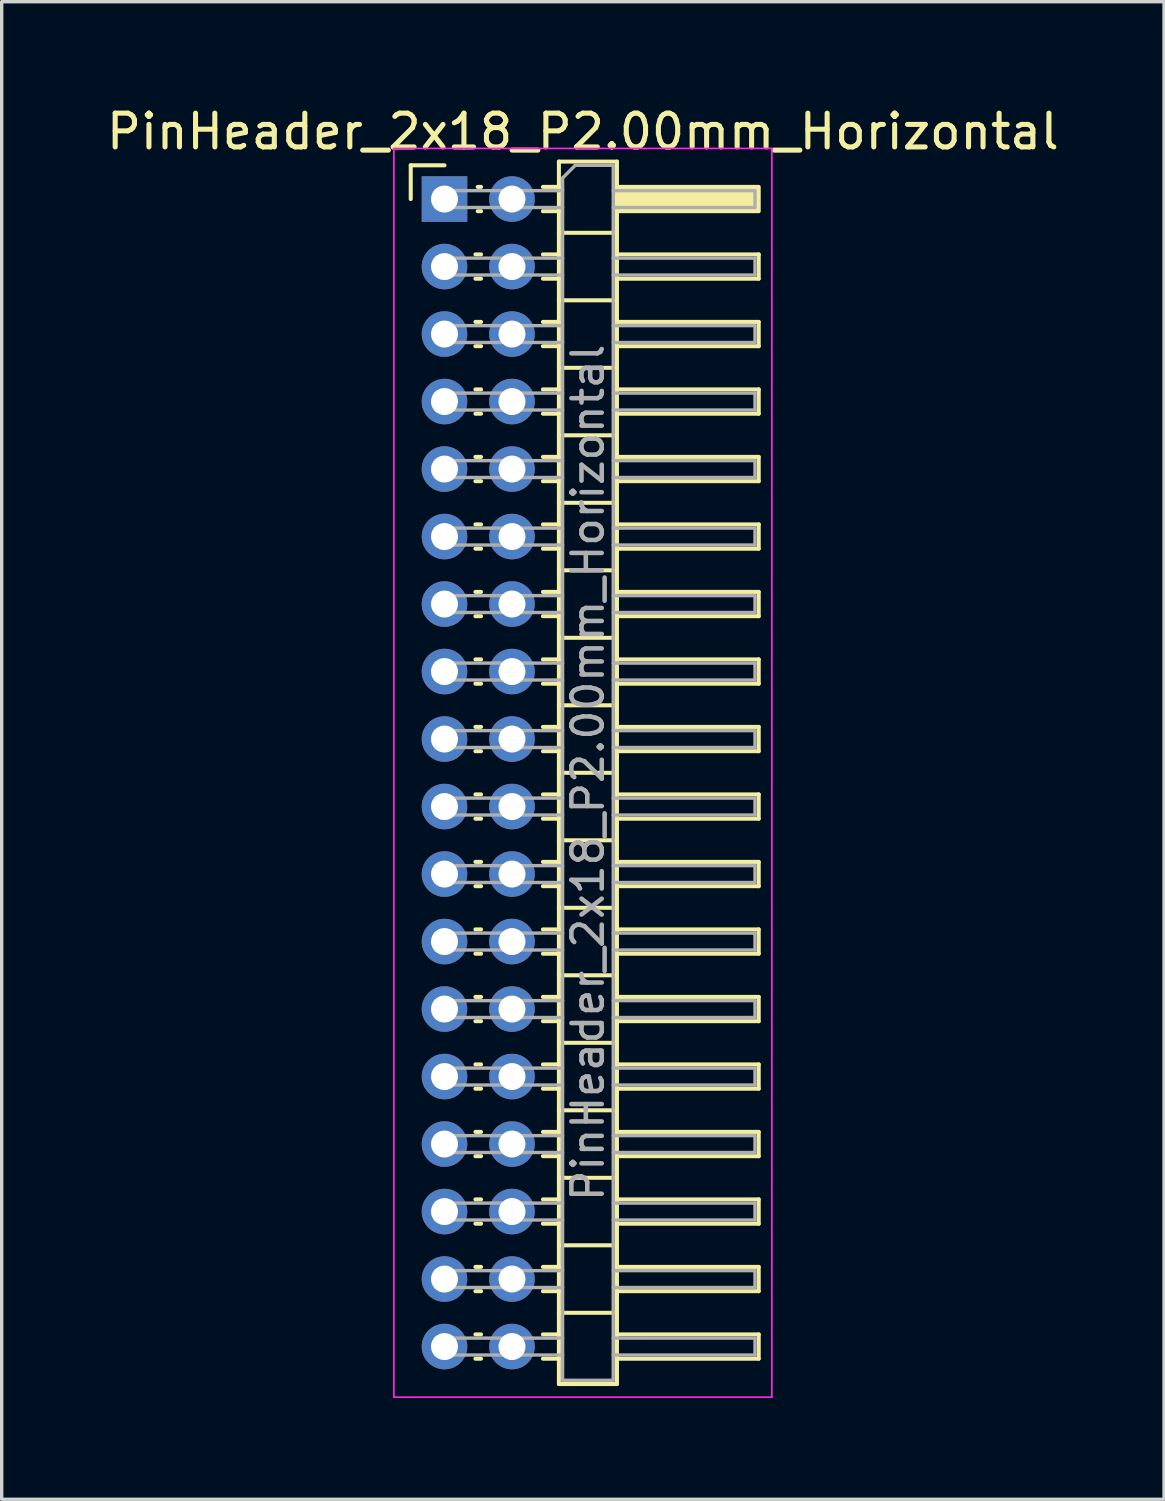
<source format=kicad_pcb>
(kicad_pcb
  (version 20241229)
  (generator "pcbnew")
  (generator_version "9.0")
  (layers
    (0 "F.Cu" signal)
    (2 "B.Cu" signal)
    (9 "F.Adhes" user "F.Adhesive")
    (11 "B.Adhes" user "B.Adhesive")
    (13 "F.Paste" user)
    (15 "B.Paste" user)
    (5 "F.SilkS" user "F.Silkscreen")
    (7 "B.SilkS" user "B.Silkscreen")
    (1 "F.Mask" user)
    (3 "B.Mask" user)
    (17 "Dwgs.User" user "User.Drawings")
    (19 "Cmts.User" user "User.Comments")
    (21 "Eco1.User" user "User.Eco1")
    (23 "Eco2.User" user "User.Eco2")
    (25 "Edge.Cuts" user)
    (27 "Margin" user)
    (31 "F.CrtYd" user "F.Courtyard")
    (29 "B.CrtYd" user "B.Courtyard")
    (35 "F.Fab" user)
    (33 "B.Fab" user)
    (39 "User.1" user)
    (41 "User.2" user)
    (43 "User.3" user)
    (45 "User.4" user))
  (footprint "PinHeader_2x18_P2.00mm_Horizontal"
    (layer "F.Cu")
    (at 10.12 2.848)
    (property "Reference" "PinHeader_2x18_P2.00mm_Horizontal" (at 4.1 -2 0) (layer "F.SilkS") (effects (font (size 1 1) (thickness 0.15))))
    (attr through_hole)
    (fp_line (start -1 -1) (end 0 -1) (stroke (width 0.12) (type solid)) (layer "F.SilkS"))
    (fp_line (start -1 0) (end -1 -1) (stroke (width 0.12) (type solid)) (layer "F.SilkS"))
    (fp_line (start 0.917 1.64) (end 1.083 1.64) (stroke (width 0.12) (type solid)) (layer "F.SilkS"))
    (fp_line (start 0.917 2.36) (end 1.083 2.36) (stroke (width 0.12) (type solid)) (layer "F.SilkS"))
    (fp_line (start 0.917 3.64) (end 1.083 3.64) (stroke (width 0.12) (type solid)) (layer "F.SilkS"))
    (fp_line (start 0.917 4.36) (end 1.083 4.36) (stroke (width 0.12) (type solid)) (layer "F.SilkS"))
    (fp_line (start 0.917 5.64) (end 1.083 5.64) (stroke (width 0.12) (type solid)) (layer "F.SilkS"))
    (fp_line (start 0.917 6.36) (end 1.083 6.36) (stroke (width 0.12) (type solid)) (layer "F.SilkS"))
    (fp_line (start 0.917 7.64) (end 1.083 7.64) (stroke (width 0.12) (type solid)) (layer "F.SilkS"))
    (fp_line (start 0.917 8.36) (end 1.083 8.36) (stroke (width 0.12) (type solid)) (layer "F.SilkS"))
    (fp_line (start 0.917 9.64) (end 1.083 9.64) (stroke (width 0.12) (type solid)) (layer "F.SilkS"))
    (fp_line (start 0.917 10.36) (end 1.083 10.36) (stroke (width 0.12) (type solid)) (layer "F.SilkS"))
    (fp_line (start 0.917 11.64) (end 1.083 11.64) (stroke (width 0.12) (type solid)) (layer "F.SilkS"))
    (fp_line (start 0.917 12.36) (end 1.083 12.36) (stroke (width 0.12) (type solid)) (layer "F.SilkS"))
    (fp_line (start 0.917 13.64) (end 1.083 13.64) (stroke (width 0.12) (type solid)) (layer "F.SilkS"))
    (fp_line (start 0.917 14.36) (end 1.083 14.36) (stroke (width 0.12) (type solid)) (layer "F.SilkS"))
    (fp_line (start 0.917 15.64) (end 1.083 15.64) (stroke (width 0.12) (type solid)) (layer "F.SilkS"))
    (fp_line (start 0.917 16.36) (end 1.083 16.36) (stroke (width 0.12) (type solid)) (layer "F.SilkS"))
    (fp_line (start 0.917 17.64) (end 1.083 17.64) (stroke (width 0.12) (type solid)) (layer "F.SilkS"))
    (fp_line (start 0.917 18.36) (end 1.083 18.36) (stroke (width 0.12) (type solid)) (layer "F.SilkS"))
    (fp_line (start 0.917 19.64) (end 1.083 19.64) (stroke (width 0.12) (type solid)) (layer "F.SilkS"))
    (fp_line (start 0.917 20.36) (end 1.083 20.36) (stroke (width 0.12) (type solid)) (layer "F.SilkS"))
    (fp_line (start 0.917 21.64) (end 1.083 21.64) (stroke (width 0.12) (type solid)) (layer "F.SilkS"))
    (fp_line (start 0.917 22.36) (end 1.083 22.36) (stroke (width 0.12) (type solid)) (layer "F.SilkS"))
    (fp_line (start 0.917 23.64) (end 1.083 23.64) (stroke (width 0.12) (type solid)) (layer "F.SilkS"))
    (fp_line (start 0.917 24.36) (end 1.083 24.36) (stroke (width 0.12) (type solid)) (layer "F.SilkS"))
    (fp_line (start 0.917 25.64) (end 1.083 25.64) (stroke (width 0.12) (type solid)) (layer "F.SilkS"))
    (fp_line (start 0.917 26.36) (end 1.083 26.36) (stroke (width 0.12) (type solid)) (layer "F.SilkS"))
    (fp_line (start 0.917 27.64) (end 1.083 27.64) (stroke (width 0.12) (type solid)) (layer "F.SilkS"))
    (fp_line (start 0.917 28.36) (end 1.083 28.36) (stroke (width 0.12) (type solid)) (layer "F.SilkS"))
    (fp_line (start 0.917 29.64) (end 1.083 29.64) (stroke (width 0.12) (type solid)) (layer "F.SilkS"))
    (fp_line (start 0.917 30.36) (end 1.083 30.36) (stroke (width 0.12) (type solid)) (layer "F.SilkS"))
    (fp_line (start 0.917 31.64) (end 1.083 31.64) (stroke (width 0.12) (type solid)) (layer "F.SilkS"))
    (fp_line (start 0.917 32.36) (end 1.083 32.36) (stroke (width 0.12) (type solid)) (layer "F.SilkS"))
    (fp_line (start 0.917 33.64) (end 1.083 33.64) (stroke (width 0.12) (type solid)) (layer "F.SilkS"))
    (fp_line (start 0.917 34.36) (end 1.083 34.36) (stroke (width 0.12) (type solid)) (layer "F.SilkS"))
    (fp_line (start 0.985 -0.36) (end 1.083 -0.36) (stroke (width 0.12) (type solid)) (layer "F.SilkS"))
    (fp_line (start 0.985 0.36) (end 1.083 0.36) (stroke (width 0.12) (type solid)) (layer "F.SilkS"))
    (fp_line (start 2.917 -0.36) (end 3.39 -0.36) (stroke (width 0.12) (type solid)) (layer "F.SilkS"))
    (fp_line (start 2.917 0.36) (end 3.39 0.36) (stroke (width 0.12) (type solid)) (layer "F.SilkS"))
    (fp_line (start 2.917 1.64) (end 3.39 1.64) (stroke (width 0.12) (type solid)) (layer "F.SilkS"))
    (fp_line (start 2.917 2.36) (end 3.39 2.36) (stroke (width 0.12) (type solid)) (layer "F.SilkS"))
    (fp_line (start 2.917 3.64) (end 3.39 3.64) (stroke (width 0.12) (type solid)) (layer "F.SilkS"))
    (fp_line (start 2.917 4.36) (end 3.39 4.36) (stroke (width 0.12) (type solid)) (layer "F.SilkS"))
    (fp_line (start 2.917 5.64) (end 3.39 5.64) (stroke (width 0.12) (type solid)) (layer "F.SilkS"))
    (fp_line (start 2.917 6.36) (end 3.39 6.36) (stroke (width 0.12) (type solid)) (layer "F.SilkS"))
    (fp_line (start 2.917 7.64) (end 3.39 7.64) (stroke (width 0.12) (type solid)) (layer "F.SilkS"))
    (fp_line (start 2.917 8.36) (end 3.39 8.36) (stroke (width 0.12) (type solid)) (layer "F.SilkS"))
    (fp_line (start 2.917 9.64) (end 3.39 9.64) (stroke (width 0.12) (type solid)) (layer "F.SilkS"))
    (fp_line (start 2.917 10.36) (end 3.39 10.36) (stroke (width 0.12) (type solid)) (layer "F.SilkS"))
    (fp_line (start 2.917 11.64) (end 3.39 11.64) (stroke (width 0.12) (type solid)) (layer "F.SilkS"))
    (fp_line (start 2.917 12.36) (end 3.39 12.36) (stroke (width 0.12) (type solid)) (layer "F.SilkS"))
    (fp_line (start 2.917 13.64) (end 3.39 13.64) (stroke (width 0.12) (type solid)) (layer "F.SilkS"))
    (fp_line (start 2.917 14.36) (end 3.39 14.36) (stroke (width 0.12) (type solid)) (layer "F.SilkS"))
    (fp_line (start 2.917 15.64) (end 3.39 15.64) (stroke (width 0.12) (type solid)) (layer "F.SilkS"))
    (fp_line (start 2.917 16.36) (end 3.39 16.36) (stroke (width 0.12) (type solid)) (layer "F.SilkS"))
    (fp_line (start 2.917 17.64) (end 3.39 17.64) (stroke (width 0.12) (type solid)) (layer "F.SilkS"))
    (fp_line (start 2.917 18.36) (end 3.39 18.36) (stroke (width 0.12) (type solid)) (layer "F.SilkS"))
    (fp_line (start 2.917 19.64) (end 3.39 19.64) (stroke (width 0.12) (type solid)) (layer "F.SilkS"))
    (fp_line (start 2.917 20.36) (end 3.39 20.36) (stroke (width 0.12) (type solid)) (layer "F.SilkS"))
    (fp_line (start 2.917 21.64) (end 3.39 21.64) (stroke (width 0.12) (type solid)) (layer "F.SilkS"))
    (fp_line (start 2.917 22.36) (end 3.39 22.36) (stroke (width 0.12) (type solid)) (layer "F.SilkS"))
    (fp_line (start 2.917 23.64) (end 3.39 23.64) (stroke (width 0.12) (type solid)) (layer "F.SilkS"))
    (fp_line (start 2.917 24.36) (end 3.39 24.36) (stroke (width 0.12) (type solid)) (layer "F.SilkS"))
    (fp_line (start 2.917 25.64) (end 3.39 25.64) (stroke (width 0.12) (type solid)) (layer "F.SilkS"))
    (fp_line (start 2.917 26.36) (end 3.39 26.36) (stroke (width 0.12) (type solid)) (layer "F.SilkS"))
    (fp_line (start 2.917 27.64) (end 3.39 27.64) (stroke (width 0.12) (type solid)) (layer "F.SilkS"))
    (fp_line (start 2.917 28.36) (end 3.39 28.36) (stroke (width 0.12) (type solid)) (layer "F.SilkS"))
    (fp_line (start 2.917 29.64) (end 3.39 29.64) (stroke (width 0.12) (type solid)) (layer "F.SilkS"))
    (fp_line (start 2.917 30.36) (end 3.39 30.36) (stroke (width 0.12) (type solid)) (layer "F.SilkS"))
    (fp_line (start 2.917 31.64) (end 3.39 31.64) (stroke (width 0.12) (type solid)) (layer "F.SilkS"))
    (fp_line (start 2.917 32.36) (end 3.39 32.36) (stroke (width 0.12) (type solid)) (layer "F.SilkS"))
    (fp_line (start 2.917 33.64) (end 3.39 33.64) (stroke (width 0.12) (type solid)) (layer "F.SilkS"))
    (fp_line (start 2.917 34.36) (end 3.39 34.36) (stroke (width 0.12) (type solid)) (layer "F.SilkS"))
    (fp_line (start 3.39 -1.11) (end 3.39 35.11) (stroke (width 0.12) (type solid)) (layer "F.SilkS"))
    (fp_line (start 3.39 1) (end 5.11 1) (stroke (width 0.12) (type solid)) (layer "F.SilkS"))
    (fp_line (start 3.39 3) (end 5.11 3) (stroke (width 0.12) (type solid)) (layer "F.SilkS"))
    (fp_line (start 3.39 5) (end 5.11 5) (stroke (width 0.12) (type solid)) (layer "F.SilkS"))
    (fp_line (start 3.39 7) (end 5.11 7) (stroke (width 0.12) (type solid)) (layer "F.SilkS"))
    (fp_line (start 3.39 9) (end 5.11 9) (stroke (width 0.12) (type solid)) (layer "F.SilkS"))
    (fp_line (start 3.39 11) (end 5.11 11) (stroke (width 0.12) (type solid)) (layer "F.SilkS"))
    (fp_line (start 3.39 13) (end 5.11 13) (stroke (width 0.12) (type solid)) (layer "F.SilkS"))
    (fp_line (start 3.39 15) (end 5.11 15) (stroke (width 0.12) (type solid)) (layer "F.SilkS"))
    (fp_line (start 3.39 17) (end 5.11 17) (stroke (width 0.12) (type solid)) (layer "F.SilkS"))
    (fp_line (start 3.39 19) (end 5.11 19) (stroke (width 0.12) (type solid)) (layer "F.SilkS"))
    (fp_line (start 3.39 21) (end 5.11 21) (stroke (width 0.12) (type solid)) (layer "F.SilkS"))
    (fp_line (start 3.39 23) (end 5.11 23) (stroke (width 0.12) (type solid)) (layer "F.SilkS"))
    (fp_line (start 3.39 25) (end 5.11 25) (stroke (width 0.12) (type solid)) (layer "F.SilkS"))
    (fp_line (start 3.39 27) (end 5.11 27) (stroke (width 0.12) (type solid)) (layer "F.SilkS"))
    (fp_line (start 3.39 29) (end 5.11 29) (stroke (width 0.12) (type solid)) (layer "F.SilkS"))
    (fp_line (start 3.39 31) (end 5.11 31) (stroke (width 0.12) (type solid)) (layer "F.SilkS"))
    (fp_line (start 3.39 33) (end 5.11 33) (stroke (width 0.12) (type solid)) (layer "F.SilkS"))
    (fp_line (start 3.39 35.11) (end 5.11 35.11) (stroke (width 0.12) (type solid)) (layer "F.SilkS"))
    (fp_line (start 5.11 -1.11) (end 3.39 -1.11) (stroke (width 0.12) (type solid)) (layer "F.SilkS"))
    (fp_line (start 5.11 1.64) (end 9.31 1.64) (stroke (width 0.12) (type solid)) (layer "F.SilkS"))
    (fp_line (start 5.11 3.64) (end 9.31 3.64) (stroke (width 0.12) (type solid)) (layer "F.SilkS"))
    (fp_line (start 5.11 5.64) (end 9.31 5.64) (stroke (width 0.12) (type solid)) (layer "F.SilkS"))
    (fp_line (start 5.11 7.64) (end 9.31 7.64) (stroke (width 0.12) (type solid)) (layer "F.SilkS"))
    (fp_line (start 5.11 9.64) (end 9.31 9.64) (stroke (width 0.12) (type solid)) (layer "F.SilkS"))
    (fp_line (start 5.11 11.64) (end 9.31 11.64) (stroke (width 0.12) (type solid)) (layer "F.SilkS"))
    (fp_line (start 5.11 13.64) (end 9.31 13.64) (stroke (width 0.12) (type solid)) (layer "F.SilkS"))
    (fp_line (start 5.11 15.64) (end 9.31 15.64) (stroke (width 0.12) (type solid)) (layer "F.SilkS"))
    (fp_line (start 5.11 17.64) (end 9.31 17.64) (stroke (width 0.12) (type solid)) (layer "F.SilkS"))
    (fp_line (start 5.11 19.64) (end 9.31 19.64) (stroke (width 0.12) (type solid)) (layer "F.SilkS"))
    (fp_line (start 5.11 21.64) (end 9.31 21.64) (stroke (width 0.12) (type solid)) (layer "F.SilkS"))
    (fp_line (start 5.11 23.64) (end 9.31 23.64) (stroke (width 0.12) (type solid)) (layer "F.SilkS"))
    (fp_line (start 5.11 25.64) (end 9.31 25.64) (stroke (width 0.12) (type solid)) (layer "F.SilkS"))
    (fp_line (start 5.11 27.64) (end 9.31 27.64) (stroke (width 0.12) (type solid)) (layer "F.SilkS"))
    (fp_line (start 5.11 29.64) (end 9.31 29.64) (stroke (width 0.12) (type solid)) (layer "F.SilkS"))
    (fp_line (start 5.11 31.64) (end 9.31 31.64) (stroke (width 0.12) (type solid)) (layer "F.SilkS"))
    (fp_line (start 5.11 33.64) (end 9.31 33.64) (stroke (width 0.12) (type solid)) (layer "F.SilkS"))
    (fp_line (start 5.11 35.11) (end 5.11 -1.11) (stroke (width 0.12) (type solid)) (layer "F.SilkS"))
    (fp_line (start 9.31 1.64) (end 9.31 2.36) (stroke (width 0.12) (type solid)) (layer "F.SilkS"))
    (fp_line (start 9.31 2.36) (end 5.11 2.36) (stroke (width 0.12) (type solid)) (layer "F.SilkS"))
    (fp_line (start 9.31 3.64) (end 9.31 4.36) (stroke (width 0.12) (type solid)) (layer "F.SilkS"))
    (fp_line (start 9.31 4.36) (end 5.11 4.36) (stroke (width 0.12) (type solid)) (layer "F.SilkS"))
    (fp_line (start 9.31 5.64) (end 9.31 6.36) (stroke (width 0.12) (type solid)) (layer "F.SilkS"))
    (fp_line (start 9.31 6.36) (end 5.11 6.36) (stroke (width 0.12) (type solid)) (layer "F.SilkS"))
    (fp_line (start 9.31 7.64) (end 9.31 8.36) (stroke (width 0.12) (type solid)) (layer "F.SilkS"))
    (fp_line (start 9.31 8.36) (end 5.11 8.36) (stroke (width 0.12) (type solid)) (layer "F.SilkS"))
    (fp_line (start 9.31 9.64) (end 9.31 10.36) (stroke (width 0.12) (type solid)) (layer "F.SilkS"))
    (fp_line (start 9.31 10.36) (end 5.11 10.36) (stroke (width 0.12) (type solid)) (layer "F.SilkS"))
    (fp_line (start 9.31 11.64) (end 9.31 12.36) (stroke (width 0.12) (type solid)) (layer "F.SilkS"))
    (fp_line (start 9.31 12.36) (end 5.11 12.36) (stroke (width 0.12) (type solid)) (layer "F.SilkS"))
    (fp_line (start 9.31 13.64) (end 9.31 14.36) (stroke (width 0.12) (type solid)) (layer "F.SilkS"))
    (fp_line (start 9.31 14.36) (end 5.11 14.36) (stroke (width 0.12) (type solid)) (layer "F.SilkS"))
    (fp_line (start 9.31 15.64) (end 9.31 16.36) (stroke (width 0.12) (type solid)) (layer "F.SilkS"))
    (fp_line (start 9.31 16.36) (end 5.11 16.36) (stroke (width 0.12) (type solid)) (layer "F.SilkS"))
    (fp_line (start 9.31 17.64) (end 9.31 18.36) (stroke (width 0.12) (type solid)) (layer "F.SilkS"))
    (fp_line (start 9.31 18.36) (end 5.11 18.36) (stroke (width 0.12) (type solid)) (layer "F.SilkS"))
    (fp_line (start 9.31 19.64) (end 9.31 20.36) (stroke (width 0.12) (type solid)) (layer "F.SilkS"))
    (fp_line (start 9.31 20.36) (end 5.11 20.36) (stroke (width 0.12) (type solid)) (layer "F.SilkS"))
    (fp_line (start 9.31 21.64) (end 9.31 22.36) (stroke (width 0.12) (type solid)) (layer "F.SilkS"))
    (fp_line (start 9.31 22.36) (end 5.11 22.36) (stroke (width 0.12) (type solid)) (layer "F.SilkS"))
    (fp_line (start 9.31 23.64) (end 9.31 24.36) (stroke (width 0.12) (type solid)) (layer "F.SilkS"))
    (fp_line (start 9.31 24.36) (end 5.11 24.36) (stroke (width 0.12) (type solid)) (layer "F.SilkS"))
    (fp_line (start 9.31 25.64) (end 9.31 26.36) (stroke (width 0.12) (type solid)) (layer "F.SilkS"))
    (fp_line (start 9.31 26.36) (end 5.11 26.36) (stroke (width 0.12) (type solid)) (layer "F.SilkS"))
    (fp_line (start 9.31 27.64) (end 9.31 28.36) (stroke (width 0.12) (type solid)) (layer "F.SilkS"))
    (fp_line (start 9.31 28.36) (end 5.11 28.36) (stroke (width 0.12) (type solid)) (layer "F.SilkS"))
    (fp_line (start 9.31 29.64) (end 9.31 30.36) (stroke (width 0.12) (type solid)) (layer "F.SilkS"))
    (fp_line (start 9.31 30.36) (end 5.11 30.36) (stroke (width 0.12) (type solid)) (layer "F.SilkS"))
    (fp_line (start 9.31 31.64) (end 9.31 32.36) (stroke (width 0.12) (type solid)) (layer "F.SilkS"))
    (fp_line (start 9.31 32.36) (end 5.11 32.36) (stroke (width 0.12) (type solid)) (layer "F.SilkS"))
    (fp_line (start 9.31 33.64) (end 9.31 34.36) (stroke (width 0.12) (type solid)) (layer "F.SilkS"))
    (fp_line (start 9.31 34.36) (end 5.11 34.36) (stroke (width 0.12) (type solid)) (layer "F.SilkS"))
    (fp_rect (start 5.11 -0.36) (end 9.31 0.36) (stroke (width 0.12) (type solid)) (fill yes) (layer "F.SilkS"))
    (fp_line (start -1.5 -1.5) (end -1.5 35.5) (stroke (width 0.05) (type solid)) (layer "F.CrtYd"))
    (fp_line (start -1.5 35.5) (end 9.7 35.5) (stroke (width 0.05) (type solid)) (layer "F.CrtYd"))
    (fp_line (start 9.7 -1.5) (end -1.5 -1.5) (stroke (width 0.05) (type solid)) (layer "F.CrtYd"))
    (fp_line (start 9.7 35.5) (end 9.7 -1.5) (stroke (width 0.05) (type solid)) (layer "F.CrtYd"))
    (fp_line (start -0.25 -0.25) (end -0.25 0.25) (stroke (width 0.1) (type solid)) (layer "F.Fab"))
    (fp_line (start -0.25 -0.25) (end 3.5 -0.25) (stroke (width 0.1) (type solid)) (layer "F.Fab"))
    (fp_line (start -0.25 0.25) (end 3.5 0.25) (stroke (width 0.1) (type solid)) (layer "F.Fab"))
    (fp_line (start -0.25 1.75) (end -0.25 2.25) (stroke (width 0.1) (type solid)) (layer "F.Fab"))
    (fp_line (start -0.25 1.75) (end 3.5 1.75) (stroke (width 0.1) (type solid)) (layer "F.Fab"))
    (fp_line (start -0.25 2.25) (end 3.5 2.25) (stroke (width 0.1) (type solid)) (layer "F.Fab"))
    (fp_line (start -0.25 3.75) (end -0.25 4.25) (stroke (width 0.1) (type solid)) (layer "F.Fab"))
    (fp_line (start -0.25 3.75) (end 3.5 3.75) (stroke (width 0.1) (type solid)) (layer "F.Fab"))
    (fp_line (start -0.25 4.25) (end 3.5 4.25) (stroke (width 0.1) (type solid)) (layer "F.Fab"))
    (fp_line (start -0.25 5.75) (end -0.25 6.25) (stroke (width 0.1) (type solid)) (layer "F.Fab"))
    (fp_line (start -0.25 5.75) (end 3.5 5.75) (stroke (width 0.1) (type solid)) (layer "F.Fab"))
    (fp_line (start -0.25 6.25) (end 3.5 6.25) (stroke (width 0.1) (type solid)) (layer "F.Fab"))
    (fp_line (start -0.25 7.75) (end -0.25 8.25) (stroke (width 0.1) (type solid)) (layer "F.Fab"))
    (fp_line (start -0.25 7.75) (end 3.5 7.75) (stroke (width 0.1) (type solid)) (layer "F.Fab"))
    (fp_line (start -0.25 8.25) (end 3.5 8.25) (stroke (width 0.1) (type solid)) (layer "F.Fab"))
    (fp_line (start -0.25 9.75) (end -0.25 10.25) (stroke (width 0.1) (type solid)) (layer "F.Fab"))
    (fp_line (start -0.25 9.75) (end 3.5 9.75) (stroke (width 0.1) (type solid)) (layer "F.Fab"))
    (fp_line (start -0.25 10.25) (end 3.5 10.25) (stroke (width 0.1) (type solid)) (layer "F.Fab"))
    (fp_line (start -0.25 11.75) (end -0.25 12.25) (stroke (width 0.1) (type solid)) (layer "F.Fab"))
    (fp_line (start -0.25 11.75) (end 3.5 11.75) (stroke (width 0.1) (type solid)) (layer "F.Fab"))
    (fp_line (start -0.25 12.25) (end 3.5 12.25) (stroke (width 0.1) (type solid)) (layer "F.Fab"))
    (fp_line (start -0.25 13.75) (end -0.25 14.25) (stroke (width 0.1) (type solid)) (layer "F.Fab"))
    (fp_line (start -0.25 13.75) (end 3.5 13.75) (stroke (width 0.1) (type solid)) (layer "F.Fab"))
    (fp_line (start -0.25 14.25) (end 3.5 14.25) (stroke (width 0.1) (type solid)) (layer "F.Fab"))
    (fp_line (start -0.25 15.75) (end -0.25 16.25) (stroke (width 0.1) (type solid)) (layer "F.Fab"))
    (fp_line (start -0.25 15.75) (end 3.5 15.75) (stroke (width 0.1) (type solid)) (layer "F.Fab"))
    (fp_line (start -0.25 16.25) (end 3.5 16.25) (stroke (width 0.1) (type solid)) (layer "F.Fab"))
    (fp_line (start -0.25 17.75) (end -0.25 18.25) (stroke (width 0.1) (type solid)) (layer "F.Fab"))
    (fp_line (start -0.25 17.75) (end 3.5 17.75) (stroke (width 0.1) (type solid)) (layer "F.Fab"))
    (fp_line (start -0.25 18.25) (end 3.5 18.25) (stroke (width 0.1) (type solid)) (layer "F.Fab"))
    (fp_line (start -0.25 19.75) (end -0.25 20.25) (stroke (width 0.1) (type solid)) (layer "F.Fab"))
    (fp_line (start -0.25 19.75) (end 3.5 19.75) (stroke (width 0.1) (type solid)) (layer "F.Fab"))
    (fp_line (start -0.25 20.25) (end 3.5 20.25) (stroke (width 0.1) (type solid)) (layer "F.Fab"))
    (fp_line (start -0.25 21.75) (end -0.25 22.25) (stroke (width 0.1) (type solid)) (layer "F.Fab"))
    (fp_line (start -0.25 21.75) (end 3.5 21.75) (stroke (width 0.1) (type solid)) (layer "F.Fab"))
    (fp_line (start -0.25 22.25) (end 3.5 22.25) (stroke (width 0.1) (type solid)) (layer "F.Fab"))
    (fp_line (start -0.25 23.75) (end -0.25 24.25) (stroke (width 0.1) (type solid)) (layer "F.Fab"))
    (fp_line (start -0.25 23.75) (end 3.5 23.75) (stroke (width 0.1) (type solid)) (layer "F.Fab"))
    (fp_line (start -0.25 24.25) (end 3.5 24.25) (stroke (width 0.1) (type solid)) (layer "F.Fab"))
    (fp_line (start -0.25 25.75) (end -0.25 26.25) (stroke (width 0.1) (type solid)) (layer "F.Fab"))
    (fp_line (start -0.25 25.75) (end 3.5 25.75) (stroke (width 0.1) (type solid)) (layer "F.Fab"))
    (fp_line (start -0.25 26.25) (end 3.5 26.25) (stroke (width 0.1) (type solid)) (layer "F.Fab"))
    (fp_line (start -0.25 27.75) (end -0.25 28.25) (stroke (width 0.1) (type solid)) (layer "F.Fab"))
    (fp_line (start -0.25 27.75) (end 3.5 27.75) (stroke (width 0.1) (type solid)) (layer "F.Fab"))
    (fp_line (start -0.25 28.25) (end 3.5 28.25) (stroke (width 0.1) (type solid)) (layer "F.Fab"))
    (fp_line (start -0.25 29.75) (end -0.25 30.25) (stroke (width 0.1) (type solid)) (layer "F.Fab"))
    (fp_line (start -0.25 29.75) (end 3.5 29.75) (stroke (width 0.1) (type solid)) (layer "F.Fab"))
    (fp_line (start -0.25 30.25) (end 3.5 30.25) (stroke (width 0.1) (type solid)) (layer "F.Fab"))
    (fp_line (start -0.25 31.75) (end -0.25 32.25) (stroke (width 0.1) (type solid)) (layer "F.Fab"))
    (fp_line (start -0.25 31.75) (end 3.5 31.75) (stroke (width 0.1) (type solid)) (layer "F.Fab"))
    (fp_line (start -0.25 32.25) (end 3.5 32.25) (stroke (width 0.1) (type solid)) (layer "F.Fab"))
    (fp_line (start -0.25 33.75) (end -0.25 34.25) (stroke (width 0.1) (type solid)) (layer "F.Fab"))
    (fp_line (start -0.25 33.75) (end 3.5 33.75) (stroke (width 0.1) (type solid)) (layer "F.Fab"))
    (fp_line (start -0.25 34.25) (end 3.5 34.25) (stroke (width 0.1) (type solid)) (layer "F.Fab"))
    (fp_line (start 3.5 -0.625) (end 3.875 -1) (stroke (width 0.1) (type solid)) (layer "F.Fab"))
    (fp_line (start 3.5 35) (end 3.5 -0.625) (stroke (width 0.1) (type solid)) (layer "F.Fab"))
    (fp_line (start 3.875 -1) (end 5 -1) (stroke (width 0.1) (type solid)) (layer "F.Fab"))
    (fp_line (start 5 -1) (end 5 35) (stroke (width 0.1) (type solid)) (layer "F.Fab"))
    (fp_line (start 5 -0.25) (end 9.2 -0.25) (stroke (width 0.1) (type solid)) (layer "F.Fab"))
    (fp_line (start 5 0.25) (end 9.2 0.25) (stroke (width 0.1) (type solid)) (layer "F.Fab"))
    (fp_line (start 5 1.75) (end 9.2 1.75) (stroke (width 0.1) (type solid)) (layer "F.Fab"))
    (fp_line (start 5 2.25) (end 9.2 2.25) (stroke (width 0.1) (type solid)) (layer "F.Fab"))
    (fp_line (start 5 3.75) (end 9.2 3.75) (stroke (width 0.1) (type solid)) (layer "F.Fab"))
    (fp_line (start 5 4.25) (end 9.2 4.25) (stroke (width 0.1) (type solid)) (layer "F.Fab"))
    (fp_line (start 5 5.75) (end 9.2 5.75) (stroke (width 0.1) (type solid)) (layer "F.Fab"))
    (fp_line (start 5 6.25) (end 9.2 6.25) (stroke (width 0.1) (type solid)) (layer "F.Fab"))
    (fp_line (start 5 7.75) (end 9.2 7.75) (stroke (width 0.1) (type solid)) (layer "F.Fab"))
    (fp_line (start 5 8.25) (end 9.2 8.25) (stroke (width 0.1) (type solid)) (layer "F.Fab"))
    (fp_line (start 5 9.75) (end 9.2 9.75) (stroke (width 0.1) (type solid)) (layer "F.Fab"))
    (fp_line (start 5 10.25) (end 9.2 10.25) (stroke (width 0.1) (type solid)) (layer "F.Fab"))
    (fp_line (start 5 11.75) (end 9.2 11.75) (stroke (width 0.1) (type solid)) (layer "F.Fab"))
    (fp_line (start 5 12.25) (end 9.2 12.25) (stroke (width 0.1) (type solid)) (layer "F.Fab"))
    (fp_line (start 5 13.75) (end 9.2 13.75) (stroke (width 0.1) (type solid)) (layer "F.Fab"))
    (fp_line (start 5 14.25) (end 9.2 14.25) (stroke (width 0.1) (type solid)) (layer "F.Fab"))
    (fp_line (start 5 15.75) (end 9.2 15.75) (stroke (width 0.1) (type solid)) (layer "F.Fab"))
    (fp_line (start 5 16.25) (end 9.2 16.25) (stroke (width 0.1) (type solid)) (layer "F.Fab"))
    (fp_line (start 5 17.75) (end 9.2 17.75) (stroke (width 0.1) (type solid)) (layer "F.Fab"))
    (fp_line (start 5 18.25) (end 9.2 18.25) (stroke (width 0.1) (type solid)) (layer "F.Fab"))
    (fp_line (start 5 19.75) (end 9.2 19.75) (stroke (width 0.1) (type solid)) (layer "F.Fab"))
    (fp_line (start 5 20.25) (end 9.2 20.25) (stroke (width 0.1) (type solid)) (layer "F.Fab"))
    (fp_line (start 5 21.75) (end 9.2 21.75) (stroke (width 0.1) (type solid)) (layer "F.Fab"))
    (fp_line (start 5 22.25) (end 9.2 22.25) (stroke (width 0.1) (type solid)) (layer "F.Fab"))
    (fp_line (start 5 23.75) (end 9.2 23.75) (stroke (width 0.1) (type solid)) (layer "F.Fab"))
    (fp_line (start 5 24.25) (end 9.2 24.25) (stroke (width 0.1) (type solid)) (layer "F.Fab"))
    (fp_line (start 5 25.75) (end 9.2 25.75) (stroke (width 0.1) (type solid)) (layer "F.Fab"))
    (fp_line (start 5 26.25) (end 9.2 26.25) (stroke (width 0.1) (type solid)) (layer "F.Fab"))
    (fp_line (start 5 27.75) (end 9.2 27.75) (stroke (width 0.1) (type solid)) (layer "F.Fab"))
    (fp_line (start 5 28.25) (end 9.2 28.25) (stroke (width 0.1) (type solid)) (layer "F.Fab"))
    (fp_line (start 5 29.75) (end 9.2 29.75) (stroke (width 0.1) (type solid)) (layer "F.Fab"))
    (fp_line (start 5 30.25) (end 9.2 30.25) (stroke (width 0.1) (type solid)) (layer "F.Fab"))
    (fp_line (start 5 31.75) (end 9.2 31.75) (stroke (width 0.1) (type solid)) (layer "F.Fab"))
    (fp_line (start 5 32.25) (end 9.2 32.25) (stroke (width 0.1) (type solid)) (layer "F.Fab"))
    (fp_line (start 5 33.75) (end 9.2 33.75) (stroke (width 0.1) (type solid)) (layer "F.Fab"))
    (fp_line (start 5 34.25) (end 9.2 34.25) (stroke (width 0.1) (type solid)) (layer "F.Fab"))
    (fp_line (start 5 35) (end 3.5 35) (stroke (width 0.1) (type solid)) (layer "F.Fab"))
    (fp_line (start 9.2 -0.25) (end 9.2 0.25) (stroke (width 0.1) (type solid)) (layer "F.Fab"))
    (fp_line (start 9.2 1.75) (end 9.2 2.25) (stroke (width 0.1) (type solid)) (layer "F.Fab"))
    (fp_line (start 9.2 3.75) (end 9.2 4.25) (stroke (width 0.1) (type solid)) (layer "F.Fab"))
    (fp_line (start 9.2 5.75) (end 9.2 6.25) (stroke (width 0.1) (type solid)) (layer "F.Fab"))
    (fp_line (start 9.2 7.75) (end 9.2 8.25) (stroke (width 0.1) (type solid)) (layer "F.Fab"))
    (fp_line (start 9.2 9.75) (end 9.2 10.25) (stroke (width 0.1) (type solid)) (layer "F.Fab"))
    (fp_line (start 9.2 11.75) (end 9.2 12.25) (stroke (width 0.1) (type solid)) (layer "F.Fab"))
    (fp_line (start 9.2 13.75) (end 9.2 14.25) (stroke (width 0.1) (type solid)) (layer "F.Fab"))
    (fp_line (start 9.2 15.75) (end 9.2 16.25) (stroke (width 0.1) (type solid)) (layer "F.Fab"))
    (fp_line (start 9.2 17.75) (end 9.2 18.25) (stroke (width 0.1) (type solid)) (layer "F.Fab"))
    (fp_line (start 9.2 19.75) (end 9.2 20.25) (stroke (width 0.1) (type solid)) (layer "F.Fab"))
    (fp_line (start 9.2 21.75) (end 9.2 22.25) (stroke (width 0.1) (type solid)) (layer "F.Fab"))
    (fp_line (start 9.2 23.75) (end 9.2 24.25) (stroke (width 0.1) (type solid)) (layer "F.Fab"))
    (fp_line (start 9.2 25.75) (end 9.2 26.25) (stroke (width 0.1) (type solid)) (layer "F.Fab"))
    (fp_line (start 9.2 27.75) (end 9.2 28.25) (stroke (width 0.1) (type solid)) (layer "F.Fab"))
    (fp_line (start 9.2 29.75) (end 9.2 30.25) (stroke (width 0.1) (type solid)) (layer "F.Fab"))
    (fp_line (start 9.2 31.75) (end 9.2 32.25) (stroke (width 0.1) (type solid)) (layer "F.Fab"))
    (fp_line (start 9.2 33.75) (end 9.2 34.25) (stroke (width 0.1) (type solid)) (layer "F.Fab"))
    (fp_text user "${REFERENCE}" (at 4.25 17 90) (layer "F.Fab") (effects (font (size 0.9 0.9) (thickness 0.135))))
    (pad "1" thru_hole rect (at 0 0) (size 1.35 1.35) (drill 0.8) (layers "*.Cu" "*.Mask"))
    (pad "2" thru_hole circle (at 2 0) (size 1.35 1.35) (drill 0.8) (layers "*.Cu" "*.Mask"))
    (pad "3" thru_hole circle (at 0 2) (size 1.35 1.35) (drill 0.8) (layers "*.Cu" "*.Mask"))
    (pad "4" thru_hole circle (at 2 2) (size 1.35 1.35) (drill 0.8) (layers "*.Cu" "*.Mask"))
    (pad "5" thru_hole circle (at 0 4) (size 1.35 1.35) (drill 0.8) (layers "*.Cu" "*.Mask"))
    (pad "6" thru_hole circle (at 2 4) (size 1.35 1.35) (drill 0.8) (layers "*.Cu" "*.Mask"))
    (pad "7" thru_hole circle (at 0 6) (size 1.35 1.35) (drill 0.8) (layers "*.Cu" "*.Mask"))
    (pad "8" thru_hole circle (at 2 6) (size 1.35 1.35) (drill 0.8) (layers "*.Cu" "*.Mask"))
    (pad "9" thru_hole circle (at 0 8) (size 1.35 1.35) (drill 0.8) (layers "*.Cu" "*.Mask"))
    (pad "10" thru_hole circle (at 2 8) (size 1.35 1.35) (drill 0.8) (layers "*.Cu" "*.Mask"))
    (pad "11" thru_hole circle (at 0 10) (size 1.35 1.35) (drill 0.8) (layers "*.Cu" "*.Mask"))
    (pad "12" thru_hole circle (at 2 10) (size 1.35 1.35) (drill 0.8) (layers "*.Cu" "*.Mask"))
    (pad "13" thru_hole circle (at 0 12) (size 1.35 1.35) (drill 0.8) (layers "*.Cu" "*.Mask"))
    (pad "14" thru_hole circle (at 2 12) (size 1.35 1.35) (drill 0.8) (layers "*.Cu" "*.Mask"))
    (pad "15" thru_hole circle (at 0 14) (size 1.35 1.35) (drill 0.8) (layers "*.Cu" "*.Mask"))
    (pad "16" thru_hole circle (at 2 14) (size 1.35 1.35) (drill 0.8) (layers "*.Cu" "*.Mask"))
    (pad "17" thru_hole circle (at 0 16) (size 1.35 1.35) (drill 0.8) (layers "*.Cu" "*.Mask"))
    (pad "18" thru_hole circle (at 2 16) (size 1.35 1.35) (drill 0.8) (layers "*.Cu" "*.Mask"))
    (pad "19" thru_hole circle (at 0 18) (size 1.35 1.35) (drill 0.8) (layers "*.Cu" "*.Mask"))
    (pad "20" thru_hole circle (at 2 18) (size 1.35 1.35) (drill 0.8) (layers "*.Cu" "*.Mask"))
    (pad "21" thru_hole circle (at 0 20) (size 1.35 1.35) (drill 0.8) (layers "*.Cu" "*.Mask"))
    (pad "22" thru_hole circle (at 2 20) (size 1.35 1.35) (drill 0.8) (layers "*.Cu" "*.Mask"))
    (pad "23" thru_hole circle (at 0 22) (size 1.35 1.35) (drill 0.8) (layers "*.Cu" "*.Mask"))
    (pad "24" thru_hole circle (at 2 22) (size 1.35 1.35) (drill 0.8) (layers "*.Cu" "*.Mask"))
    (pad "25" thru_hole circle (at 0 24) (size 1.35 1.35) (drill 0.8) (layers "*.Cu" "*.Mask"))
    (pad "26" thru_hole circle (at 2 24) (size 1.35 1.35) (drill 0.8) (layers "*.Cu" "*.Mask"))
    (pad "27" thru_hole circle (at 0 26) (size 1.35 1.35) (drill 0.8) (layers "*.Cu" "*.Mask"))
    (pad "28" thru_hole circle (at 2 26) (size 1.35 1.35) (drill 0.8) (layers "*.Cu" "*.Mask"))
    (pad "29" thru_hole circle (at 0 28) (size 1.35 1.35) (drill 0.8) (layers "*.Cu" "*.Mask"))
    (pad "30" thru_hole circle (at 2 28) (size 1.35 1.35) (drill 0.8) (layers "*.Cu" "*.Mask"))
    (pad "31" thru_hole circle (at 0 30) (size 1.35 1.35) (drill 0.8) (layers "*.Cu" "*.Mask"))
    (pad "32" thru_hole circle (at 2 30) (size 1.35 1.35) (drill 0.8) (layers "*.Cu" "*.Mask"))
    (pad "33" thru_hole circle (at 0 32) (size 1.35 1.35) (drill 0.8) (layers "*.Cu" "*.Mask"))
    (pad "34" thru_hole circle (at 2 32) (size 1.35 1.35) (drill 0.8) (layers "*.Cu" "*.Mask"))
    (pad "35" thru_hole circle (at 0 34) (size 1.35 1.35) (drill 0.8) (layers "*.Cu" "*.Mask"))
    (pad "36" thru_hole circle (at 2 34) (size 1.35 1.35) (drill 0.8) (layers "*.Cu" "*.Mask")))
  (gr_rect
    (start -3 -3)
    (end 31.44 41.373)
    (stroke (width 0.1) (type default))
    (fill no)
    (layer "Edge.Cuts")))
</source>
